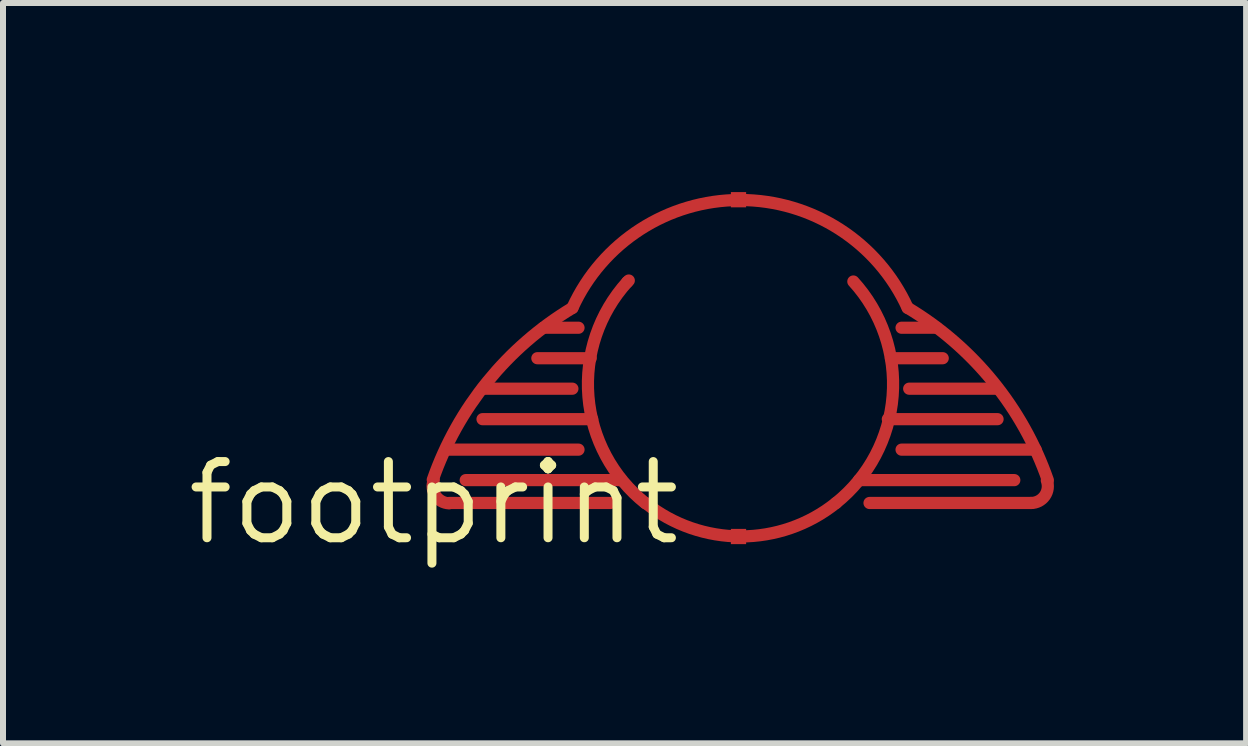
<source format=kicad_pcb>
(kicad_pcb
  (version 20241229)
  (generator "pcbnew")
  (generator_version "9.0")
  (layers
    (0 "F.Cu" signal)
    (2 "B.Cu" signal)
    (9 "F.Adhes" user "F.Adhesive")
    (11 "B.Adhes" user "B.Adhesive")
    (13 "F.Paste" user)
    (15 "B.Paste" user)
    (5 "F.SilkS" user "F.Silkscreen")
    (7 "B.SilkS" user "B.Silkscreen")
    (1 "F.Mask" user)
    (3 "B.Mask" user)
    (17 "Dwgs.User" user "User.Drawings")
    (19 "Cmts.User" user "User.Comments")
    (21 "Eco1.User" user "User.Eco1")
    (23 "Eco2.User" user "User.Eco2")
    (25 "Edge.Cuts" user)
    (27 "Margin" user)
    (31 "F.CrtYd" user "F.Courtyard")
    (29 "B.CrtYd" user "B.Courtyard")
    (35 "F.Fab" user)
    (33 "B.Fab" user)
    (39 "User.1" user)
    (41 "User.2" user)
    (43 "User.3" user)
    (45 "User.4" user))
  (footprint "footprint"
    (layer "F.Cu")
    (at 4.18 5.334)
    (property "Reference" "footprint" (at 0 0 0) (layer "F.SilkS") (effects (font (size 1.27 1.27) (thickness 0.15))))
    (fp_line (start 0.203 -0.889) (end 2.413 -0.889) (stroke (width 0.203) (type solid)) (layer "F.Cu"))
    (fp_line (start 0.254 0) (end 2.946 0) (stroke (width 0.203) (type solid)) (layer "F.Cu"))
    (fp_line (start 0.813 -1.905) (end 2.311 -1.905) (stroke (width 0.203) (type solid)) (layer "F.Cu"))
    (fp_line (start 1.829 -2.921) (end 2.413 -2.921) (stroke (width 0.203) (type solid)) (layer "F.Cu"))
    (fp_line (start 2.616 -2.413) (end 1.727 -2.413) (stroke (width 0.203) (type solid)) (layer "F.Cu"))
    (fp_line (start 2.642 -1.397) (end 0.813 -1.397) (stroke (width 0.203) (type solid)) (layer "F.Cu"))
    (fp_line (start 3.124 -0.381) (end 0.533 -0.381) (stroke (width 0.203) (type solid)) (layer "F.Cu"))
    (fp_line (start 3.251 -3.708) (end 3.226 -3.683) (stroke (width 0.203) (type solid)) (layer "F.Cu"))
    (fp_line (start 7.087 -0.381) (end 9.677 -0.381) (stroke (width 0.203) (type solid)) (layer "F.Cu"))
    (fp_line (start 7.264 0) (end 9.957 0) (stroke (width 0.203) (type solid)) (layer "F.Cu"))
    (fp_line (start 7.569 -1.397) (end 9.398 -1.397) (stroke (width 0.203) (type solid)) (layer "F.Cu"))
    (fp_line (start 7.62 -2.413) (end 8.484 -2.413) (stroke (width 0.203) (type solid)) (layer "F.Cu"))
    (fp_line (start 8.382 -2.921) (end 7.798 -2.921) (stroke (width 0.203) (type solid)) (layer "F.Cu"))
    (fp_line (start 9.398 -1.905) (end 7.925 -1.905) (stroke (width 0.203) (type solid)) (layer "F.Cu"))
    (fp_line (start 10.033 -0.889) (end 7.798 -0.889) (stroke (width 0.203) (type solid)) (layer "F.Cu"))
    (fp_arc (start -0.0162 -0.386601) (mid 0.896402 -2.023009) (end 2.3114 -3.2512) (stroke (width 0.2032) (type solid)) (layer "F.Cu"))
    (fp_arc (start 0.253698 0.0057) (mid 0.028032 -0.12282) (end 0 -0.381) (stroke (width 0.2032) (type solid)) (layer "F.Cu"))
    (fp_arc (start 2.311399 -3.251198) (mid 5.105399 -5.050293) (end 7.8994 -3.2512) (stroke (width 0.2032) (type solid)) (layer "F.Cu"))
    (fp_arc (start 3.527698 0.0037) (mid 2.578249 -1.774262) (end 3.2258 -3.683) (stroke (width 0.2032) (type solid)) (layer "F.Cu"))
    (fp_arc (start 6.7056 0) (mid 5.1181 0.557561) (end 3.5306 0) (stroke (width 0.2032) (type solid)) (layer "F.Cu"))
    (fp_arc (start 6.994298 -3.6915) (mid 7.649063 -1.783254) (end 6.7056 0) (stroke (width 0.2032) (type solid)) (layer "F.Cu"))
    (fp_arc (start 7.9001 -3.252401) (mid 9.320972 -2.02239) (end 10.2362 -0.381) (stroke (width 0.2032) (type solid)) (layer "F.Cu"))
    (fp_arc (start 10.219399 -0.374899) (mid 10.185617 -0.119143) (end 9.9568 0) (stroke (width 0.2032) (type solid)) (layer "F.Cu"))
    (fp_poly (pts (xy 3.048 -0.815) (xy 3.609 -0.254) (xy 2.716 -0.254) (xy 2.335 -1.016) (xy 3.048 -1.016)) (stroke (width 0) (type solid)) (fill yes) (layer "F.Mask"))
    (fp_poly (pts (xy 6.807 -5.243) (xy 7.088 -5.127) (xy 7.343 -4.97) (xy 7.57 -4.776) (xy 7.764 -4.549) (xy 7.921 -4.294) (xy 8.035 -4.018) (xy 8.105 -3.727) (xy 8.12 -3.541) (xy 8.655 -3.471) (xy 8.973 -3.363) (xy 9.271 -3.216) (xy 9.547 -3.031) (xy 9.797 -2.812) (xy 10.016 -2.562) (xy 10.201 -2.286) (xy 10.348 -1.988) (xy 10.455 -1.673) (xy 10.52 -1.348) (xy 10.541 -1.02) (xy 10.541 0.008) (xy 10.52 0.165) (xy 10.457 0.318) (xy 10.356 0.45) (xy 10.224 0.551) (xy 10.071 0.614) (xy 9.914 0.635) (xy 0.491 0.635) (xy 0.197 0.556) (xy 0.058 0.45) (xy -0.043 0.318) (xy -0.106 0.165) (xy -0.134 -0.046) (xy -0.053 -0.127) (xy -0.127 -0.127) (xy -0.127 -1.147) (xy -0.108 -1.441) (xy -0.049 -1.735) (xy 0.047 -2.018) (xy 0.179 -2.286) (xy 0.345 -2.535) (xy 0.542 -2.76) (xy 0.767 -2.957) (xy 1.016 -3.123) (xy 1.284 -3.255) (xy 1.567 -3.351) (xy 1.861 -3.41) (xy 2.04 -3.421) (xy 2.052 -3.591) (xy 2.114 -3.875) (xy 2.215 -4.146) (xy 2.354 -4.401) (xy 2.528 -4.633) (xy 2.733 -4.838) (xy 2.965 -5.012) (xy 3.22 -5.151) (xy 3.491 -5.252) (xy 3.775 -5.314) (xy 4.059 -5.334) (xy 6.233 -5.334)) (stroke (width 0) (type solid)) (fill yes) (layer "F.Mask"))
    (pad "1" smd rect (at 5.08 0.559) (size 0.254 0.254) (layers "F.Cu" "F.Mask" "F.Paste"))
    (pad "2" smd rect (at 5.08 -5.055) (size 0.254 0.254) (layers "F.Cu" "F.Mask" "F.Paste")))
  (gr_rect
    (start -3 -3)
    (end 17.721 9.34)
    (stroke (width 0.1) (type default))
    (fill no)
    (layer "Edge.Cuts")))
</source>
